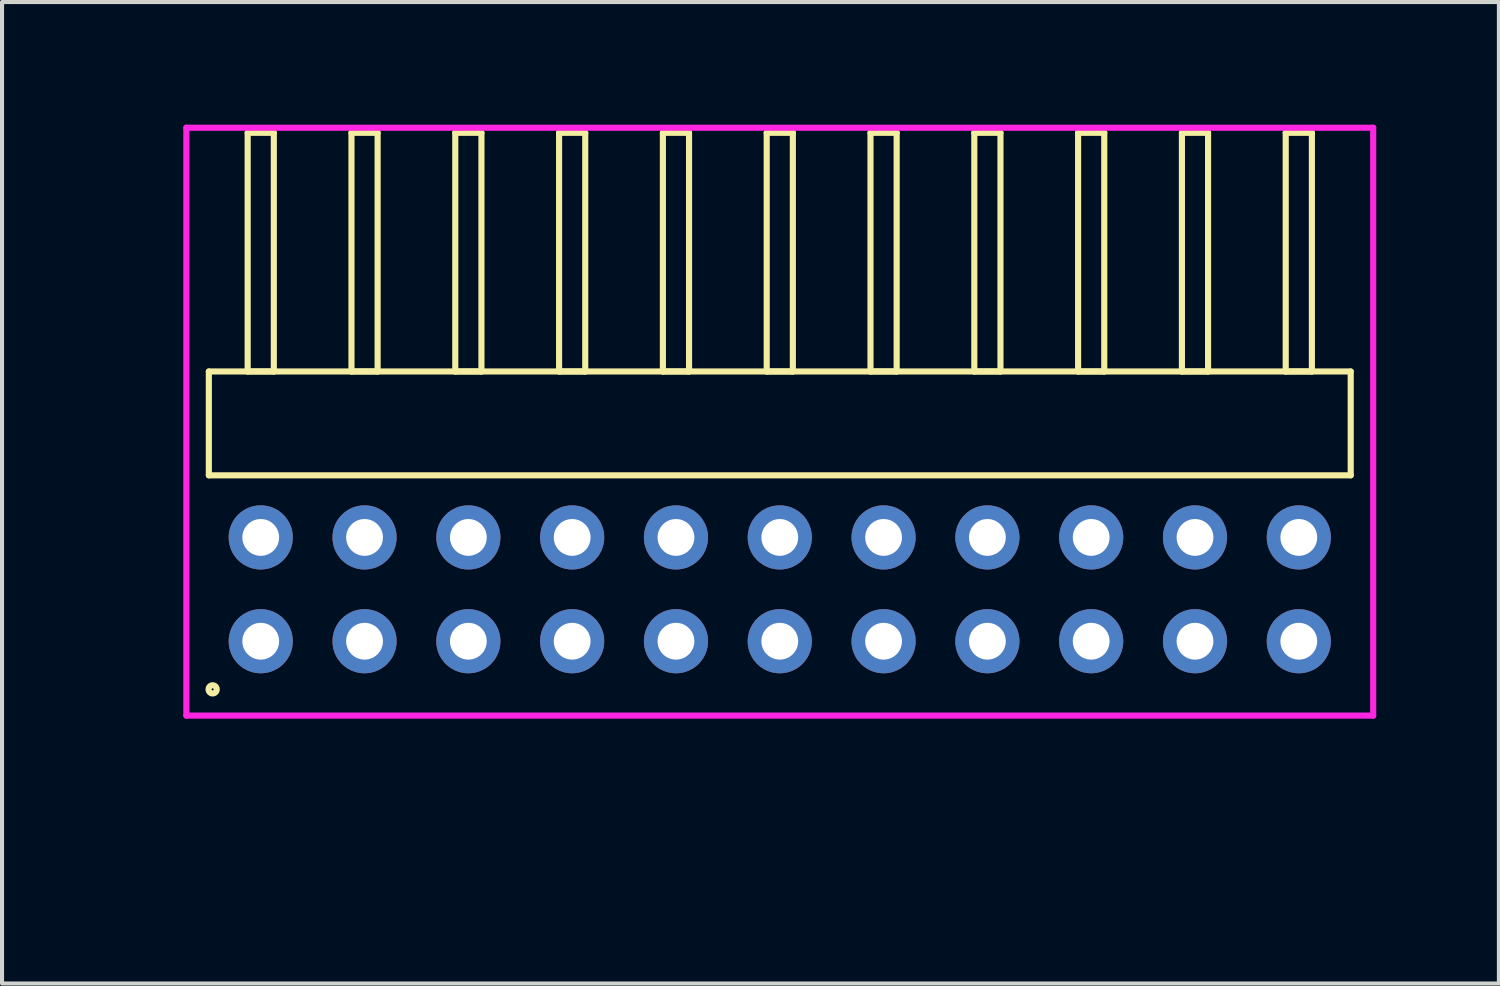
<source format=kicad_pcb>
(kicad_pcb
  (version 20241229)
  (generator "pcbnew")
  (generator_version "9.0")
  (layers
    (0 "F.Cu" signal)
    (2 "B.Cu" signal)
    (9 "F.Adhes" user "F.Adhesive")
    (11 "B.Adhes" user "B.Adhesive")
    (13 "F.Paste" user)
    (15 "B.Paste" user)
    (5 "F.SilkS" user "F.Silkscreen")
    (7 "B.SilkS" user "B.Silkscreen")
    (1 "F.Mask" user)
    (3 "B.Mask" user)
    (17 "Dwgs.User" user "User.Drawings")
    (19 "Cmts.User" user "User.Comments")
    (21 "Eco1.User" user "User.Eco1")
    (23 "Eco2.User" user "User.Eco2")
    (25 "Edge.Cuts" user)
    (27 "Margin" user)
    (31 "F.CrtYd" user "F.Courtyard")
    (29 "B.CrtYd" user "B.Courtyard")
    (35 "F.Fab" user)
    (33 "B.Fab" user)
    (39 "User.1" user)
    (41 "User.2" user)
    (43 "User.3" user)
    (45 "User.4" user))
  (footprint "HDR_RA254P11x2"
    (layer "F.Cu")
    (at 16.03 11.37)
    (property "Reference" "HDR_RA254P11x2" (at -15.27 0 90) (layer "User.1") (effects (font (size 1 1) (thickness 0.1))))
    (attr through_hole)
    (fp_line (start -13.97 -5.33) (end -13.97 -2.79) (stroke (width 0.15) (type solid)) (layer "F.SilkS"))
    (fp_line (start -13.97 -2.79) (end 13.97 -2.79) (stroke (width 0.15) (type solid)) (layer "F.SilkS"))
    (fp_line (start -13.02 -11.17) (end -13.02 -5.33) (stroke (width 0.15) (type solid)) (layer "F.SilkS"))
    (fp_line (start -13.02 -5.33) (end -12.38 -5.33) (stroke (width 0.15) (type solid)) (layer "F.SilkS"))
    (fp_line (start -12.38 -11.17) (end -13.02 -11.17) (stroke (width 0.15) (type solid)) (layer "F.SilkS"))
    (fp_line (start -12.38 -5.33) (end -12.38 -11.17) (stroke (width 0.15) (type solid)) (layer "F.SilkS"))
    (fp_line (start -10.48 -11.17) (end -10.48 -5.33) (stroke (width 0.15) (type solid)) (layer "F.SilkS"))
    (fp_line (start -10.48 -5.33) (end -9.84 -5.33) (stroke (width 0.15) (type solid)) (layer "F.SilkS"))
    (fp_line (start -9.84 -11.17) (end -10.48 -11.17) (stroke (width 0.15) (type solid)) (layer "F.SilkS"))
    (fp_line (start -9.84 -5.33) (end -9.84 -11.17) (stroke (width 0.15) (type solid)) (layer "F.SilkS"))
    (fp_line (start -7.94 -11.17) (end -7.94 -5.33) (stroke (width 0.15) (type solid)) (layer "F.SilkS"))
    (fp_line (start -7.94 -5.33) (end -7.3 -5.33) (stroke (width 0.15) (type solid)) (layer "F.SilkS"))
    (fp_line (start -7.3 -11.17) (end -7.94 -11.17) (stroke (width 0.15) (type solid)) (layer "F.SilkS"))
    (fp_line (start -7.3 -5.33) (end -7.3 -11.17) (stroke (width 0.15) (type solid)) (layer "F.SilkS"))
    (fp_line (start -5.4 -11.17) (end -5.4 -5.33) (stroke (width 0.15) (type solid)) (layer "F.SilkS"))
    (fp_line (start -5.4 -5.33) (end -4.76 -5.33) (stroke (width 0.15) (type solid)) (layer "F.SilkS"))
    (fp_line (start -4.76 -11.17) (end -5.4 -11.17) (stroke (width 0.15) (type solid)) (layer "F.SilkS"))
    (fp_line (start -4.76 -5.33) (end -4.76 -11.17) (stroke (width 0.15) (type solid)) (layer "F.SilkS"))
    (fp_line (start -2.86 -11.17) (end -2.86 -5.33) (stroke (width 0.15) (type solid)) (layer "F.SilkS"))
    (fp_line (start -2.86 -5.33) (end -2.22 -5.33) (stroke (width 0.15) (type solid)) (layer "F.SilkS"))
    (fp_line (start -2.22 -11.17) (end -2.86 -11.17) (stroke (width 0.15) (type solid)) (layer "F.SilkS"))
    (fp_line (start -2.22 -5.33) (end -2.22 -11.17) (stroke (width 0.15) (type solid)) (layer "F.SilkS"))
    (fp_line (start -0.32 -11.17) (end -0.32 -5.33) (stroke (width 0.15) (type solid)) (layer "F.SilkS"))
    (fp_line (start -0.32 -5.33) (end 0.32 -5.33) (stroke (width 0.15) (type solid)) (layer "F.SilkS"))
    (fp_line (start 0.32 -11.17) (end -0.32 -11.17) (stroke (width 0.15) (type solid)) (layer "F.SilkS"))
    (fp_line (start 0.32 -5.33) (end 0.32 -11.17) (stroke (width 0.15) (type solid)) (layer "F.SilkS"))
    (fp_line (start 2.22 -11.17) (end 2.22 -5.33) (stroke (width 0.15) (type solid)) (layer "F.SilkS"))
    (fp_line (start 2.22 -5.33) (end 2.86 -5.33) (stroke (width 0.15) (type solid)) (layer "F.SilkS"))
    (fp_line (start 2.86 -11.17) (end 2.22 -11.17) (stroke (width 0.15) (type solid)) (layer "F.SilkS"))
    (fp_line (start 2.86 -5.33) (end 2.86 -11.17) (stroke (width 0.15) (type solid)) (layer "F.SilkS"))
    (fp_line (start 4.76 -11.17) (end 4.76 -5.33) (stroke (width 0.15) (type solid)) (layer "F.SilkS"))
    (fp_line (start 4.76 -5.33) (end 5.4 -5.33) (stroke (width 0.15) (type solid)) (layer "F.SilkS"))
    (fp_line (start 5.4 -11.17) (end 4.76 -11.17) (stroke (width 0.15) (type solid)) (layer "F.SilkS"))
    (fp_line (start 5.4 -5.33) (end 5.4 -11.17) (stroke (width 0.15) (type solid)) (layer "F.SilkS"))
    (fp_line (start 7.3 -11.17) (end 7.3 -5.33) (stroke (width 0.15) (type solid)) (layer "F.SilkS"))
    (fp_line (start 7.3 -5.33) (end 7.94 -5.33) (stroke (width 0.15) (type solid)) (layer "F.SilkS"))
    (fp_line (start 7.94 -11.17) (end 7.3 -11.17) (stroke (width 0.15) (type solid)) (layer "F.SilkS"))
    (fp_line (start 7.94 -5.33) (end 7.94 -11.17) (stroke (width 0.15) (type solid)) (layer "F.SilkS"))
    (fp_line (start 9.84 -11.17) (end 9.84 -5.33) (stroke (width 0.15) (type solid)) (layer "F.SilkS"))
    (fp_line (start 9.84 -5.33) (end 10.48 -5.33) (stroke (width 0.15) (type solid)) (layer "F.SilkS"))
    (fp_line (start 10.48 -11.17) (end 9.84 -11.17) (stroke (width 0.15) (type solid)) (layer "F.SilkS"))
    (fp_line (start 10.48 -5.33) (end 10.48 -11.17) (stroke (width 0.15) (type solid)) (layer "F.SilkS"))
    (fp_line (start 12.38 -11.17) (end 12.38 -5.33) (stroke (width 0.15) (type solid)) (layer "F.SilkS"))
    (fp_line (start 12.38 -5.33) (end 13.02 -5.33) (stroke (width 0.15) (type solid)) (layer "F.SilkS"))
    (fp_line (start 13.02 -11.17) (end 12.38 -11.17) (stroke (width 0.15) (type solid)) (layer "F.SilkS"))
    (fp_line (start 13.02 -5.33) (end 13.02 -11.17) (stroke (width 0.15) (type solid)) (layer "F.SilkS"))
    (fp_line (start 13.97 -5.33) (end -13.97 -5.33) (stroke (width 0.15) (type solid)) (layer "F.SilkS"))
    (fp_line (start 13.97 -2.79) (end 13.97 -5.33) (stroke (width 0.15) (type solid)) (layer "F.SilkS"))
    (fp_circle (center -13.877 2.448) (end -13.777 2.448) (stroke (width 0.15) (type solid)) (fill no) (layer "F.SilkS"))
    (fp_line (start -14.52 -11.295) (end -14.52 3.09) (stroke (width 0.15) (type solid)) (layer "F.CrtYd"))
    (fp_line (start -14.52 3.09) (end 14.52 3.09) (stroke (width 0.15) (type solid)) (layer "F.CrtYd"))
    (fp_line (start 14.52 -11.295) (end -14.52 -11.295) (stroke (width 0.15) (type solid)) (layer "F.CrtYd"))
    (fp_line (start 14.52 3.09) (end 14.52 -11.295) (stroke (width 0.15) (type solid)) (layer "F.CrtYd"))
    (pad "1" thru_hole oval (at -12.7 1.27) (size 1.57 1.57) (drill 0.9) (layers "*.Cu" "*.Mask"))
    (pad "2" thru_hole oval (at -12.7 -1.27) (size 1.57 1.57) (drill 0.9) (layers "*.Cu" "*.Mask"))
    (pad "3" thru_hole oval (at -10.16 1.27) (size 1.57 1.57) (drill 0.9) (layers "*.Cu" "*.Mask"))
    (pad "4" thru_hole oval (at -10.16 -1.27) (size 1.57 1.57) (drill 0.9) (layers "*.Cu" "*.Mask"))
    (pad "5" thru_hole oval (at -7.62 1.27) (size 1.57 1.57) (drill 0.9) (layers "*.Cu" "*.Mask"))
    (pad "6" thru_hole oval (at -7.62 -1.27) (size 1.57 1.57) (drill 0.9) (layers "*.Cu" "*.Mask"))
    (pad "7" thru_hole oval (at -5.08 1.27) (size 1.57 1.57) (drill 0.9) (layers "*.Cu" "*.Mask"))
    (pad "8" thru_hole oval (at -5.08 -1.27) (size 1.57 1.57) (drill 0.9) (layers "*.Cu" "*.Mask"))
    (pad "9" thru_hole oval (at -2.54 1.27) (size 1.57 1.57) (drill 0.9) (layers "*.Cu" "*.Mask"))
    (pad "10" thru_hole oval (at -2.54 -1.27) (size 1.57 1.57) (drill 0.9) (layers "*.Cu" "*.Mask"))
    (pad "11" thru_hole oval (at 0 1.27) (size 1.57 1.57) (drill 0.9) (layers "*.Cu" "*.Mask"))
    (pad "12" thru_hole oval (at 0 -1.27) (size 1.57 1.57) (drill 0.9) (layers "*.Cu" "*.Mask"))
    (pad "13" thru_hole oval (at 2.54 1.27) (size 1.57 1.57) (drill 0.9) (layers "*.Cu" "*.Mask"))
    (pad "14" thru_hole oval (at 2.54 -1.27) (size 1.57 1.57) (drill 0.9) (layers "*.Cu" "*.Mask"))
    (pad "15" thru_hole oval (at 5.08 1.27) (size 1.57 1.57) (drill 0.9) (layers "*.Cu" "*.Mask"))
    (pad "16" thru_hole oval (at 5.08 -1.27) (size 1.57 1.57) (drill 0.9) (layers "*.Cu" "*.Mask"))
    (pad "17" thru_hole oval (at 7.62 1.27) (size 1.57 1.57) (drill 0.9) (layers "*.Cu" "*.Mask"))
    (pad "18" thru_hole oval (at 7.62 -1.27) (size 1.57 1.57) (drill 0.9) (layers "*.Cu" "*.Mask"))
    (pad "19" thru_hole oval (at 10.16 1.27) (size 1.57 1.57) (drill 0.9) (layers "*.Cu" "*.Mask"))
    (pad "20" thru_hole oval (at 10.16 -1.27) (size 1.57 1.57) (drill 0.9) (layers "*.Cu" "*.Mask"))
    (pad "21" thru_hole oval (at 12.7 1.27) (size 1.57 1.57) (drill 0.9) (layers "*.Cu" "*.Mask"))
    (pad "22" thru_hole oval (at 12.7 -1.27) (size 1.57 1.57) (drill 0.9) (layers "*.Cu" "*.Mask")))
  (gr_rect
    (start -3 -3)
    (end 33.626 21.015)
    (stroke (width 0.1) (type default))
    (fill no)
    (layer "Edge.Cuts")))
</source>
